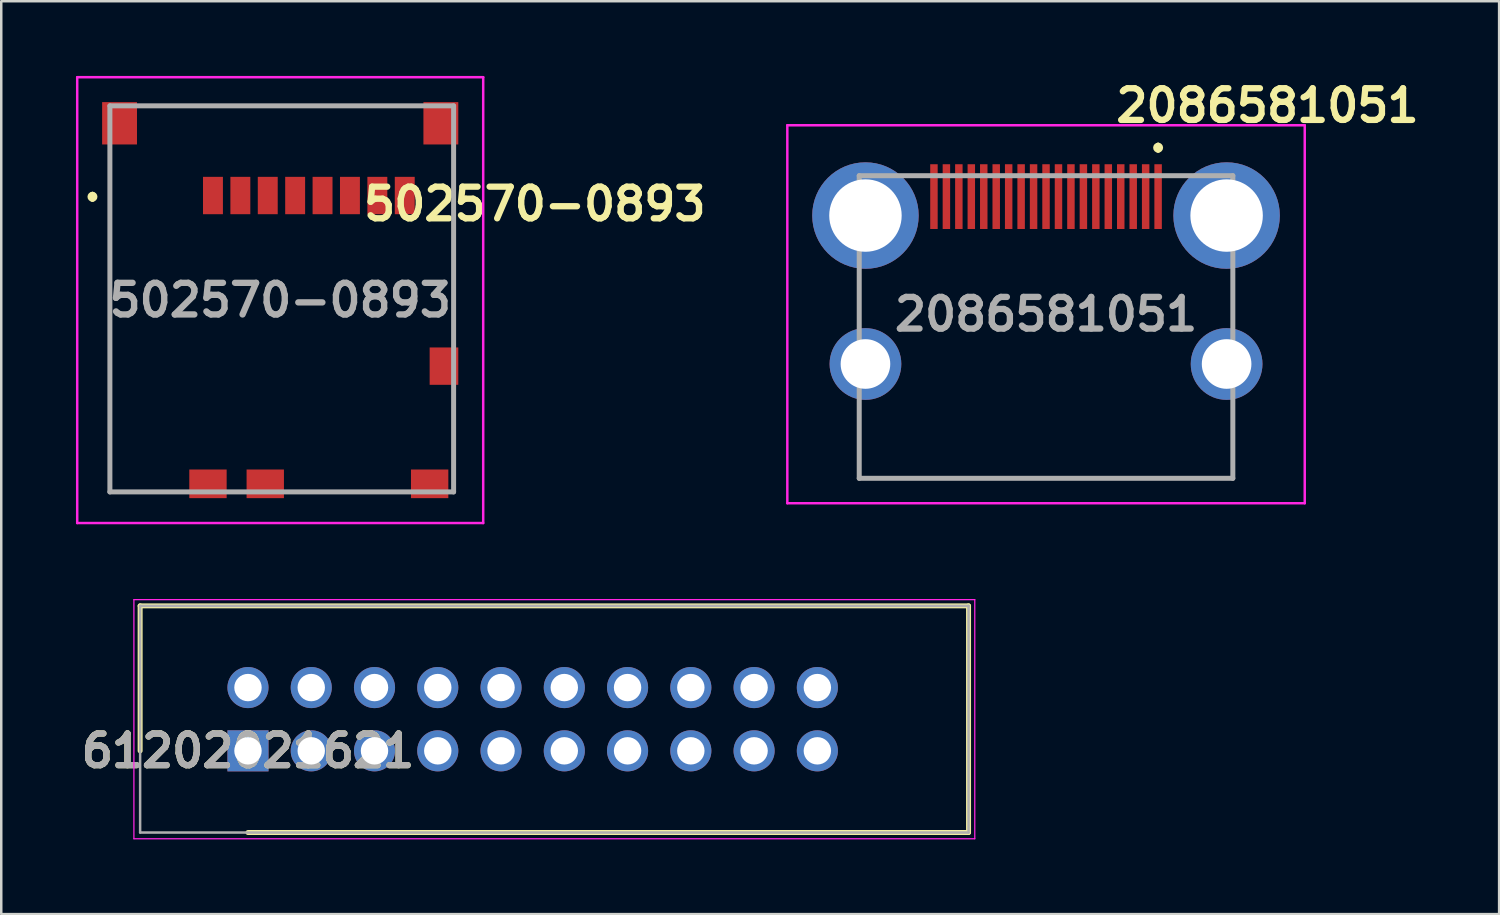
<source format=kicad_pcb>
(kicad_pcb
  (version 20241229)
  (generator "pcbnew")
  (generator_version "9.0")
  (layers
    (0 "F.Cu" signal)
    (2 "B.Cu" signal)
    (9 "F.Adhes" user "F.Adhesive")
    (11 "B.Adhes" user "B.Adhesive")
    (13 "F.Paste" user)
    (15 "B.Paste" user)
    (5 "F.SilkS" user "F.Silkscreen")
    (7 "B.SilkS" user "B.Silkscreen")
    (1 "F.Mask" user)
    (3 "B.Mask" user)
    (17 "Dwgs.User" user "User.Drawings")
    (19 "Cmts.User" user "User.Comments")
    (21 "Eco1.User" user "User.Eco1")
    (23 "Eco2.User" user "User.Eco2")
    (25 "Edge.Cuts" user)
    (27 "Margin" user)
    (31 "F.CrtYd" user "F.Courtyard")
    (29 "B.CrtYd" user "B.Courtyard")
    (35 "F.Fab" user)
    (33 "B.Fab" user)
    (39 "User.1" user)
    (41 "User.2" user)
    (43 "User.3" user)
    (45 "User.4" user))
  (footprint "502570-0893"
    (layer "F.Cu")
    (at 8.262 8.95)
    (property "Reference" "502570-0893" (at 10.16 -3.81 0) (layer "F.SilkS") (effects (font (size 1.27 1.27) (thickness 0.254))))
    (attr smd)
    (fp_line (start -7.6 -4.2) (end -7.6 -4.2) (stroke (width 0.2) (type solid)) (layer "F.SilkS"))
    (fp_line (start -7.6 -4) (end -7.6 -4) (stroke (width 0.2) (type solid)) (layer "F.SilkS"))
    (fp_line (start -6.9 -5.8) (end -6.9 7.75) (stroke (width 0.1) (type solid)) (layer "F.SilkS"))
    (fp_line (start -6.9 7.75) (end -4.2 7.75) (stroke (width 0.1) (type solid)) (layer "F.SilkS"))
    (fp_line (start -5.4 -7.75) (end 5.4 -7.75) (stroke (width 0.1) (type solid)) (layer "F.SilkS"))
    (fp_line (start 0.537 7.75) (end 4.8 7.75) (stroke (width 0.1) (type solid)) (layer "F.SilkS"))
    (fp_line (start 6.9 -5.8) (end 6.9 1.6) (stroke (width 0.1) (type solid)) (layer "F.SilkS"))
    (fp_line (start 6.9 3.8) (end 6.9 6.4) (stroke (width 0.1) (type solid)) (layer "F.SilkS"))
    (fp_arc (start -7.6 -4.2) (mid -7.5 -4.1) (end -7.6 -4) (stroke (width 0.2) (type solid)) (layer "F.SilkS"))
    (fp_arc (start -7.6 -4) (mid -7.7 -4.1) (end -7.6 -4.2) (stroke (width 0.2) (type solid)) (layer "F.SilkS"))
    (fp_line (start -8.212 -8.9) (end 8.088 -8.9) (stroke (width 0.1) (type solid)) (layer "F.CrtYd"))
    (fp_line (start -8.212 9) (end -8.212 -8.9) (stroke (width 0.1) (type solid)) (layer "F.CrtYd"))
    (fp_line (start 8.088 -8.9) (end 8.088 9) (stroke (width 0.1) (type solid)) (layer "F.CrtYd"))
    (fp_line (start 8.088 9) (end -8.212 9) (stroke (width 0.1) (type solid)) (layer "F.CrtYd"))
    (fp_line (start -6.9 -7.75) (end 6.9 -7.75) (stroke (width 0.2) (type solid)) (layer "F.Fab"))
    (fp_line (start -6.9 7.75) (end -6.9 -7.75) (stroke (width 0.2) (type solid)) (layer "F.Fab"))
    (fp_line (start 6.9 -7.75) (end 6.9 7.75) (stroke (width 0.2) (type solid)) (layer "F.Fab"))
    (fp_line (start 6.9 7.75) (end -6.9 7.75) (stroke (width 0.2) (type solid)) (layer "F.Fab"))
    (fp_text user "${REFERENCE}" (at -0.062 0.05 0) (layer "F.Fab") (effects (font (size 1.27 1.27) (thickness 0.254))))
    (pad "1" smd rect (at -2.762 -4.15) (size 0.8 1.5) (layers "F.Cu" "F.Mask" "F.Paste"))
    (pad "2" smd rect (at -1.662 -4.15) (size 0.8 1.5) (layers "F.Cu" "F.Mask" "F.Paste"))
    (pad "3" smd rect (at -0.562 -4.15) (size 0.8 1.5) (layers "F.Cu" "F.Mask" "F.Paste"))
    (pad "4" smd rect (at 0.538 -4.15) (size 0.8 1.5) (layers "F.Cu" "F.Mask" "F.Paste"))
    (pad "5" smd rect (at 1.638 -4.15) (size 0.8 1.5) (layers "F.Cu" "F.Mask" "F.Paste"))
    (pad "6" smd rect (at 2.738 -4.15) (size 0.8 1.5) (layers "F.Cu" "F.Mask" "F.Paste"))
    (pad "7" smd rect (at 3.838 -4.15) (size 0.8 1.5) (layers "F.Cu" "F.Mask" "F.Paste"))
    (pad "8" smd rect (at 4.938 -4.15) (size 0.8 1.5) (layers "F.Cu" "F.Mask" "F.Paste"))
    (pad "DL1" smd rect (at 6.513 2.7) (size 1.15 1.5) (layers "F.Cu" "F.Mask" "F.Paste"))
    (pad "DS1" smd rect (at -0.662 7.425 90) (size 1.15 1.5) (layers "F.Cu" "F.Mask" "F.Paste"))
    (pad "SM1" smd rect (at 6.388 -7.05) (size 1.4 1.7) (layers "F.Cu" "F.Mask" "F.Paste"))
    (pad "SM2" smd rect (at -6.512 -7.05) (size 1.4 1.7) (layers "F.Cu" "F.Mask" "F.Paste"))
    (pad "SM3" smd rect (at -2.962 7.425 90) (size 1.15 1.5) (layers "F.Cu" "F.Mask" "F.Paste"))
    (pad "SM4" smd rect (at 5.938 7.425 90) (size 1.15 1.5) (layers "F.Cu" "F.Mask" "F.Paste")))
  (footprint "2086581051"
    (layer "F.Cu")
    (at 38.947 10.079)
    (property "Reference" "2086581051" (at 8.89 -8.89 0) (layer "F.SilkS") (effects (font (size 1.27 1.27) (thickness 0.254))))
    (attr through_hole)
    (fp_line (start -7.5 3.5) (end -7.5 6.075) (stroke (width 0.1) (type solid)) (layer "F.SilkS"))
    (fp_line (start -7.5 6.075) (end 7.5 6.075) (stroke (width 0.1) (type solid)) (layer "F.SilkS"))
    (fp_line (start 4.5 -7.3) (end 4.5 -7.3) (stroke (width 0.2) (type solid)) (layer "F.SilkS"))
    (fp_line (start 4.5 -7.1) (end 4.5 -7.1) (stroke (width 0.2) (type solid)) (layer "F.SilkS"))
    (fp_line (start 7.5 6.075) (end 7.5 3.5) (stroke (width 0.1) (type solid)) (layer "F.SilkS"))
    (fp_arc (start 4.5 -7.3) (mid 4.6 -7.2) (end 4.5 -7.1) (stroke (width 0.2) (type solid)) (layer "F.SilkS"))
    (fp_arc (start 4.5 -7.1) (mid 4.4 -7.2) (end 4.5 -7.3) (stroke (width 0.2) (type solid)) (layer "F.SilkS"))
    (fp_line (start -10.387 -8.1) (end 10.387 -8.1) (stroke (width 0.1) (type solid)) (layer "F.CrtYd"))
    (fp_line (start -10.387 7.075) (end -10.387 -8.1) (stroke (width 0.1) (type solid)) (layer "F.CrtYd"))
    (fp_line (start 10.387 -8.1) (end 10.387 7.075) (stroke (width 0.1) (type solid)) (layer "F.CrtYd"))
    (fp_line (start 10.387 7.075) (end -10.387 7.075) (stroke (width 0.1) (type solid)) (layer "F.CrtYd"))
    (fp_line (start -7.5 -6.075) (end 7.5 -6.075) (stroke (width 0.2) (type solid)) (layer "F.Fab"))
    (fp_line (start -7.5 6.075) (end -7.5 -6.075) (stroke (width 0.2) (type solid)) (layer "F.Fab"))
    (fp_line (start 7.5 -6.075) (end 7.5 6.075) (stroke (width 0.2) (type solid)) (layer "F.Fab"))
    (fp_line (start 7.5 6.075) (end -7.5 6.075) (stroke (width 0.2) (type solid)) (layer "F.Fab"))
    (fp_text user "${REFERENCE}" (at 0 -0.512 0) (layer "F.Fab") (effects (font (size 1.27 1.27) (thickness 0.254))))
    (pad "1" smd rect (at 4.5 -5.235) (size 0.3 2.6) (layers "F.Cu" "F.Mask" "F.Paste"))
    (pad "2" smd rect (at 4 -5.235) (size 0.3 2.6) (layers "F.Cu" "F.Mask" "F.Paste"))
    (pad "3" smd rect (at 3.5 -5.235) (size 0.3 2.6) (layers "F.Cu" "F.Mask" "F.Paste"))
    (pad "4" smd rect (at 3 -5.235) (size 0.3 2.6) (layers "F.Cu" "F.Mask" "F.Paste"))
    (pad "5" smd rect (at 2.5 -5.235) (size 0.3 2.6) (layers "F.Cu" "F.Mask" "F.Paste"))
    (pad "6" smd rect (at 2 -5.235) (size 0.3 2.6) (layers "F.Cu" "F.Mask" "F.Paste"))
    (pad "7" smd rect (at 1.5 -5.235) (size 0.3 2.6) (layers "F.Cu" "F.Mask" "F.Paste"))
    (pad "8" smd rect (at 1 -5.235) (size 0.3 2.6) (layers "F.Cu" "F.Mask" "F.Paste"))
    (pad "9" smd rect (at 0.5 -5.235) (size 0.3 2.6) (layers "F.Cu" "F.Mask" "F.Paste"))
    (pad "10" smd rect (at 0 -5.235) (size 0.3 2.6) (layers "F.Cu" "F.Mask" "F.Paste"))
    (pad "11" smd rect (at -0.5 -5.235) (size 0.3 2.6) (layers "F.Cu" "F.Mask" "F.Paste"))
    (pad "12" smd rect (at -1 -5.235) (size 0.3 2.6) (layers "F.Cu" "F.Mask" "F.Paste"))
    (pad "13" smd rect (at -1.5 -5.235) (size 0.3 2.6) (layers "F.Cu" "F.Mask" "F.Paste"))
    (pad "14" smd rect (at -2 -5.235) (size 0.3 2.6) (layers "F.Cu" "F.Mask" "F.Paste"))
    (pad "15" smd rect (at -2.5 -5.235) (size 0.3 2.6) (layers "F.Cu" "F.Mask" "F.Paste"))
    (pad "16" smd rect (at -3 -5.235) (size 0.3 2.6) (layers "F.Cu" "F.Mask" "F.Paste"))
    (pad "17" smd rect (at -3.5 -5.235) (size 0.3 2.6) (layers "F.Cu" "F.Mask" "F.Paste"))
    (pad "18" smd rect (at -4 -5.235) (size 0.3 2.6) (layers "F.Cu" "F.Mask" "F.Paste"))
    (pad "19" smd rect (at -4.5 -5.235) (size 0.3 2.6) (layers "F.Cu" "F.Mask" "F.Paste"))
    (pad "SH" thru_hole circle (at -7.25 -4.475) (size 4.275 4.275) (drill 2.909) (layers "*.Cu" "*.Mask"))
    (pad "SH" thru_hole circle (at -7.25 1.485) (size 2.88 2.88) (drill 1.992) (layers "*.Cu" "*.Mask"))
    (pad "SH" thru_hole circle (at 7.25 -4.475) (size 4.275 4.275) (drill 2.909) (layers "*.Cu" "*.Mask"))
    (pad "SH" thru_hole circle (at 7.25 1.485) (size 2.88 2.88) (drill 1.992) (layers "*.Cu" "*.Mask")))
  (footprint "61202021621"
    (layer "F.Cu")
    (at 6.906 27.095)
    (property "Reference" "61202021621" (at 0 0 0) (layer "F.SilkS") (effects (font (size 1.27 1.27) (thickness 0.254))))
    (attr through_hole)
    (fp_line (start -4.33 -5.82) (end -4.33 0) (stroke (width 0.2) (type solid)) (layer "F.SilkS"))
    (fp_line (start 0 3.28) (end 28.93 3.28) (stroke (width 0.2) (type solid)) (layer "F.SilkS"))
    (fp_line (start 28.93 -5.82) (end -4.33 -5.82) (stroke (width 0.2) (type solid)) (layer "F.SilkS"))
    (fp_line (start 28.93 3.28) (end 28.93 -5.82) (stroke (width 0.2) (type solid)) (layer "F.SilkS"))
    (fp_line (start -4.58 -6.07) (end 29.18 -6.07) (stroke (width 0.05) (type solid)) (layer "F.CrtYd"))
    (fp_line (start -4.58 3.53) (end -4.58 -6.07) (stroke (width 0.05) (type solid)) (layer "F.CrtYd"))
    (fp_line (start 29.18 -6.07) (end 29.18 3.53) (stroke (width 0.05) (type solid)) (layer "F.CrtYd"))
    (fp_line (start 29.18 3.53) (end -4.58 3.53) (stroke (width 0.05) (type solid)) (layer "F.CrtYd"))
    (fp_line (start -4.33 -5.82) (end 28.93 -5.82) (stroke (width 0.1) (type solid)) (layer "F.Fab"))
    (fp_line (start -4.33 3.28) (end -4.33 -5.82) (stroke (width 0.1) (type solid)) (layer "F.Fab"))
    (fp_line (start 28.93 -5.82) (end 28.93 3.28) (stroke (width 0.1) (type solid)) (layer "F.Fab"))
    (fp_line (start 28.93 3.28) (end -4.33 3.28) (stroke (width 0.1) (type solid)) (layer "F.Fab"))
    (fp_text user "${REFERENCE}" (at 0 0 0) (layer "F.Fab") (effects (font (size 1.27 1.27) (thickness 0.254))))
    (pad "1" thru_hole rect (at 0 0) (size 1.65 1.65) (drill 1.1) (layers "*.Cu" "*.Mask"))
    (pad "2" thru_hole circle (at 0 -2.54) (size 1.65 1.65) (drill 1.1) (layers "*.Cu" "*.Mask"))
    (pad "3" thru_hole circle (at 2.54 0) (size 1.65 1.65) (drill 1.1) (layers "*.Cu" "*.Mask"))
    (pad "4" thru_hole circle (at 2.54 -2.54) (size 1.65 1.65) (drill 1.1) (layers "*.Cu" "*.Mask"))
    (pad "5" thru_hole circle (at 5.08 0) (size 1.65 1.65) (drill 1.1) (layers "*.Cu" "*.Mask"))
    (pad "6" thru_hole circle (at 5.08 -2.54) (size 1.65 1.65) (drill 1.1) (layers "*.Cu" "*.Mask"))
    (pad "7" thru_hole circle (at 7.62 0) (size 1.65 1.65) (drill 1.1) (layers "*.Cu" "*.Mask"))
    (pad "8" thru_hole circle (at 7.62 -2.54) (size 1.65 1.65) (drill 1.1) (layers "*.Cu" "*.Mask"))
    (pad "9" thru_hole circle (at 10.16 0) (size 1.65 1.65) (drill 1.1) (layers "*.Cu" "*.Mask"))
    (pad "10" thru_hole circle (at 10.16 -2.54) (size 1.65 1.65) (drill 1.1) (layers "*.Cu" "*.Mask"))
    (pad "11" thru_hole circle (at 12.7 0) (size 1.65 1.65) (drill 1.1) (layers "*.Cu" "*.Mask"))
    (pad "12" thru_hole circle (at 12.7 -2.54) (size 1.65 1.65) (drill 1.1) (layers "*.Cu" "*.Mask"))
    (pad "13" thru_hole circle (at 15.24 0) (size 1.65 1.65) (drill 1.1) (layers "*.Cu" "*.Mask"))
    (pad "14" thru_hole circle (at 15.24 -2.54) (size 1.65 1.65) (drill 1.1) (layers "*.Cu" "*.Mask"))
    (pad "15" thru_hole circle (at 17.78 0) (size 1.65 1.65) (drill 1.1) (layers "*.Cu" "*.Mask"))
    (pad "16" thru_hole circle (at 17.78 -2.54) (size 1.65 1.65) (drill 1.1) (layers "*.Cu" "*.Mask"))
    (pad "17" thru_hole circle (at 20.32 0) (size 1.65 1.65) (drill 1.1) (layers "*.Cu" "*.Mask"))
    (pad "18" thru_hole circle (at 20.32 -2.54) (size 1.65 1.65) (drill 1.1) (layers "*.Cu" "*.Mask"))
    (pad "19" thru_hole circle (at 22.86 0) (size 1.65 1.65) (drill 1.1) (layers "*.Cu" "*.Mask"))
    (pad "20" thru_hole circle (at 22.86 -2.54) (size 1.65 1.65) (drill 1.1) (layers "*.Cu" "*.Mask")))
  (gr_rect
    (start -3 -3)
    (end 57.138 33.65)
    (stroke (width 0.1) (type default))
    (fill no)
    (layer "Edge.Cuts")))
</source>
